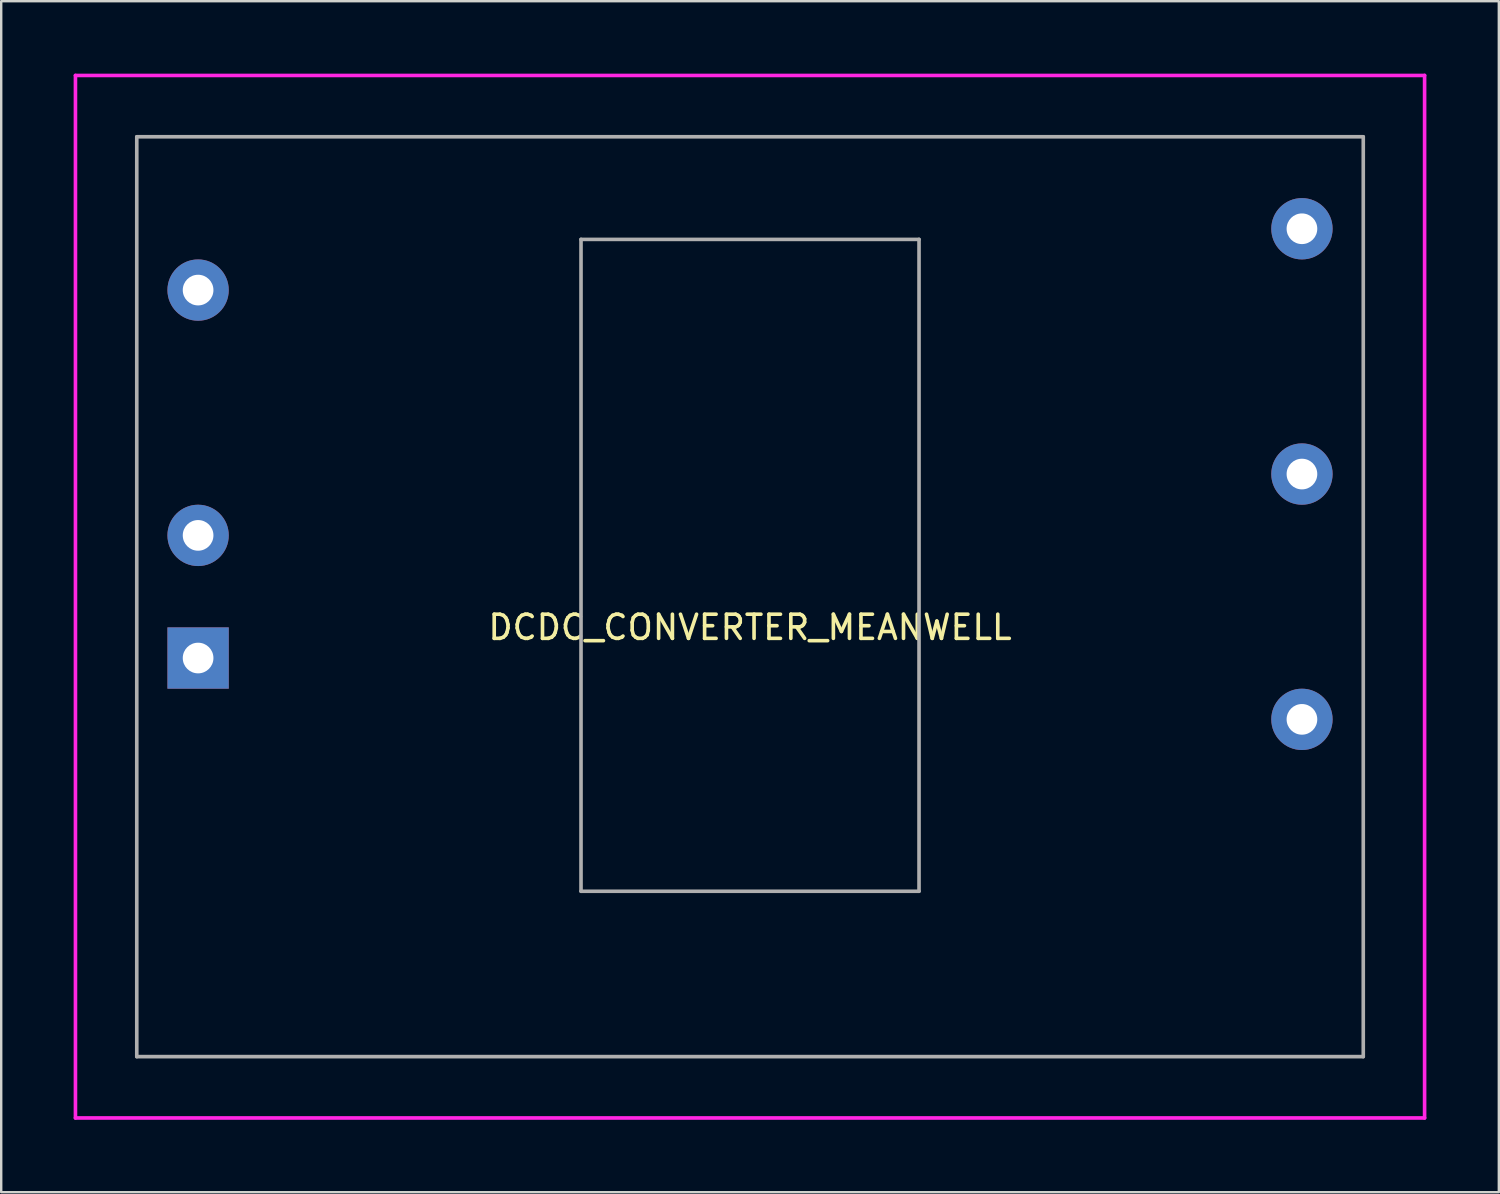
<source format=kicad_pcb>
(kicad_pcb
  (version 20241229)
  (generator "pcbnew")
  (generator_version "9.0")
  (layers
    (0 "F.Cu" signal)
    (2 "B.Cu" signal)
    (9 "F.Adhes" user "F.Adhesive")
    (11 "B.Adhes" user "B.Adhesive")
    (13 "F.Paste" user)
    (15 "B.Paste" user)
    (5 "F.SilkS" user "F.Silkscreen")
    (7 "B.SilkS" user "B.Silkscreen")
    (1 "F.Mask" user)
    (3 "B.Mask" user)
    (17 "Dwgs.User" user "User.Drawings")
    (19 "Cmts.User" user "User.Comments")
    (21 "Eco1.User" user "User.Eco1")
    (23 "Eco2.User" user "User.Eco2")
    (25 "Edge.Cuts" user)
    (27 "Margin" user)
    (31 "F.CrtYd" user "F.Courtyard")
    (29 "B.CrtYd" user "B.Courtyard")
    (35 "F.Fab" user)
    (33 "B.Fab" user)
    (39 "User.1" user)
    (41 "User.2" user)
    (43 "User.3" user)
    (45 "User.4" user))
  (footprint "DCDC_CONVERTER_MEANWELL"
    (layer "F.Cu")
    (at 28.015 21.665)
    (property "Reference" "DCDC_CONVERTER_MEANWELL" (at 0 1.27 0) (layer "F.SilkS") (effects (font (size 1 1) (thickness 0.15))))
    (attr through_hole)
    (fp_line (start -27.94 -21.59) (end 27.94 -21.59) (stroke (width 0.15) (type solid)) (layer "F.CrtYd"))
    (fp_line (start -27.94 21.59) (end -27.94 -21.59) (stroke (width 0.15) (type solid)) (layer "F.CrtYd"))
    (fp_line (start 27.94 -21.59) (end 27.94 21.59) (stroke (width 0.15) (type solid)) (layer "F.CrtYd"))
    (fp_line (start 27.94 21.59) (end -27.94 21.59) (stroke (width 0.15) (type solid)) (layer "F.CrtYd"))
    (fp_line (start -25.4 -19.05) (end 25.4 -19.05) (stroke (width 0.15) (type solid)) (layer "F.Fab"))
    (fp_line (start -25.4 19.05) (end -25.4 -19.05) (stroke (width 0.15) (type solid)) (layer "F.Fab"))
    (fp_line (start -7 -14.8) (end 7 -14.8) (stroke (width 0.15) (type solid)) (layer "F.Fab"))
    (fp_line (start -7 12.2) (end -7 -14.8) (stroke (width 0.15) (type solid)) (layer "F.Fab"))
    (fp_line (start 7 -14.8) (end 7 12.2) (stroke (width 0.15) (type solid)) (layer "F.Fab"))
    (fp_line (start 7 12.2) (end -7 12.2) (stroke (width 0.15) (type solid)) (layer "F.Fab"))
    (fp_line (start 25.4 -19.05) (end 25.4 19.05) (stroke (width 0.15) (type solid)) (layer "F.Fab"))
    (fp_line (start 25.4 19.05) (end -25.4 19.05) (stroke (width 0.15) (type solid)) (layer "F.Fab"))
    (pad "1" thru_hole rect (at -22.86 2.54) (size 2.54 2.54) (drill 1.27) (layers "*.Cu" "*.Mask"))
    (pad "2" thru_hole circle (at -22.86 -2.54) (size 2.54 2.54) (drill 1.27) (layers "*.Cu" "*.Mask"))
    (pad "4" thru_hole circle (at -22.86 -12.7) (size 2.54 2.54) (drill 1.27) (layers "*.Cu" "*.Mask"))
    (pad "6" thru_hole circle (at 22.86 5.08) (size 2.54 2.54) (drill 1.27) (layers "*.Cu" "*.Mask"))
    (pad "7" thru_hole circle (at 22.86 -5.08) (size 2.54 2.54) (drill 1.27) (layers "*.Cu" "*.Mask"))
    (pad "8" thru_hole circle (at 22.86 -15.24) (size 2.54 2.54) (drill 1.27) (layers "*.Cu" "*.Mask")))
  (gr_rect
    (start -3 -3)
    (end 59.03 46.33)
    (stroke (width 0.1) (type default))
    (fill no)
    (layer "Edge.Cuts")))
</source>
